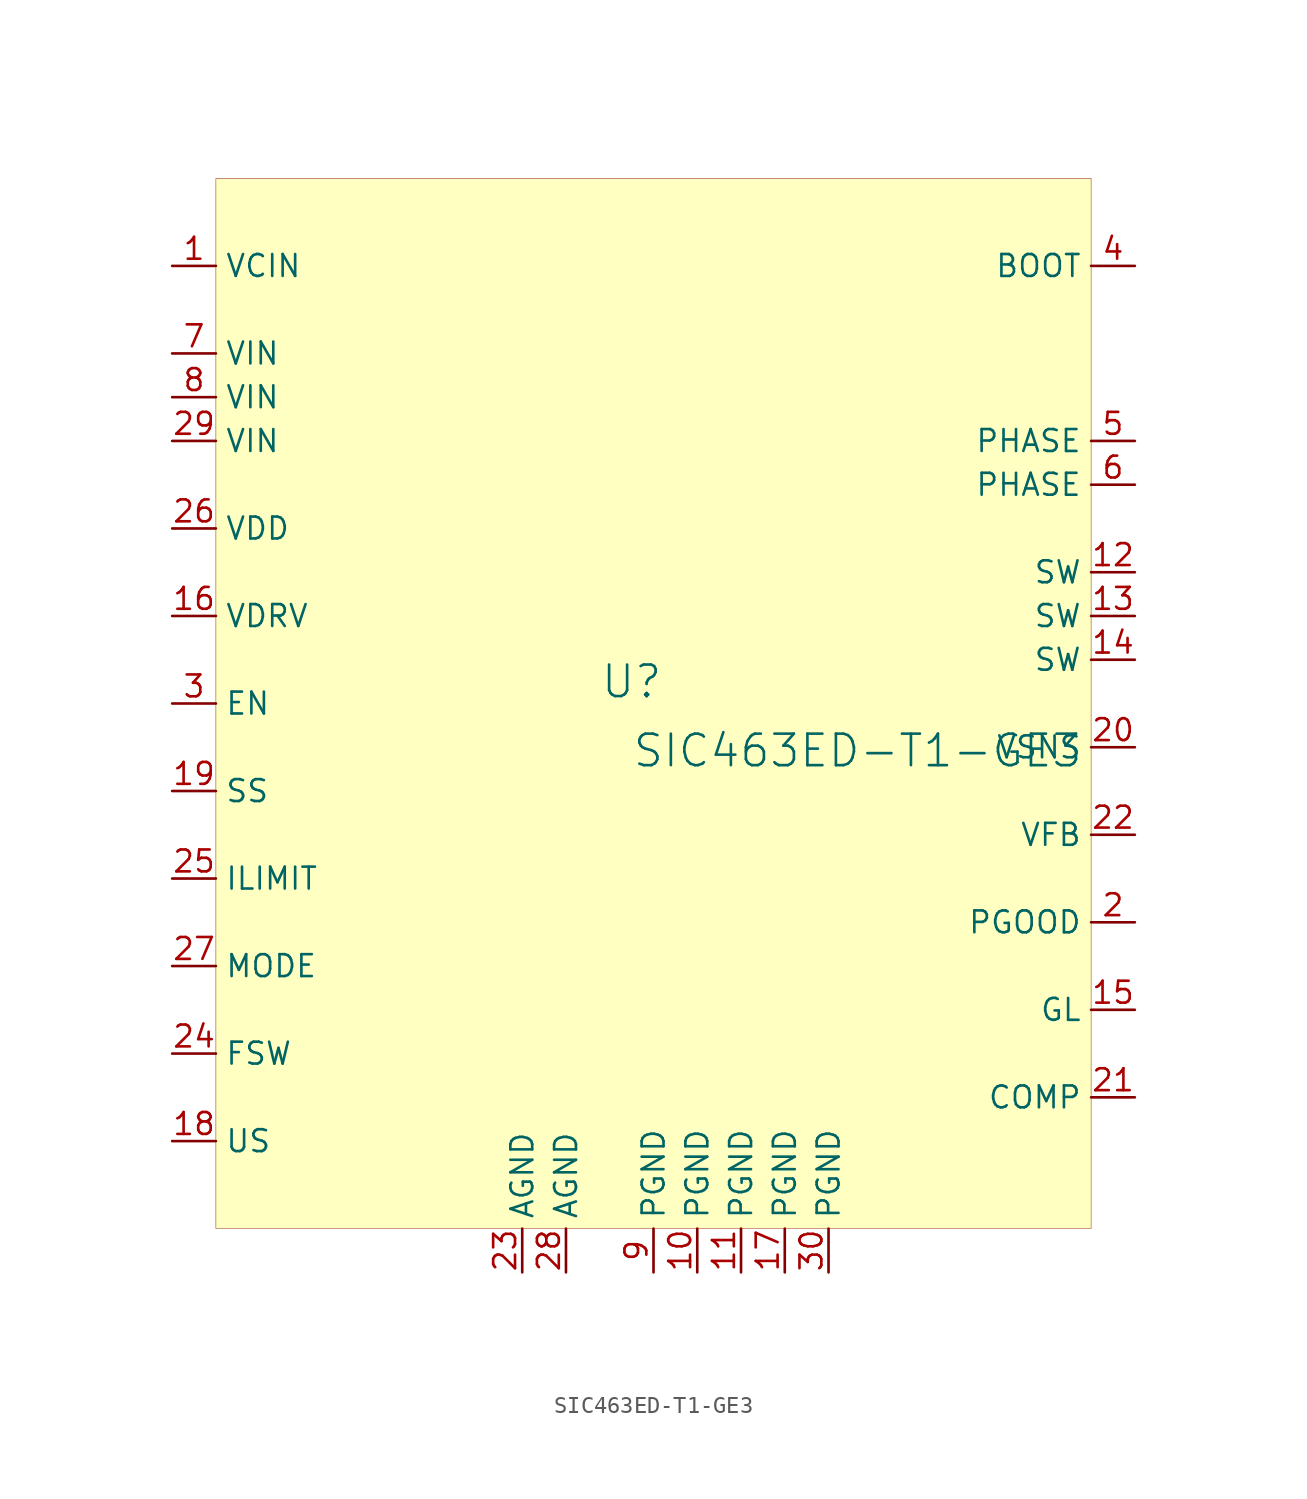
<source format=kicad_sym>
(kicad_symbol_lib
  (version 20231120)
  (generator "kicad_symbol_editor")
  (generator_version "8.0")
  (symbol "SIC463ED-T1-GE3"
    (property "Reference" "U"
      (at -1.27 1.27 0)
      (effects (font (size 1.829 1.829))))
    (property "Value" "SIC463ED-T1-GE3"
      (at -1.27 -3.81 0)
      (effects (font (size 1.829 1.829)) (justify left bottom)))
    (symbol "SIC463ED-T1-GE3_1_0"
      (rectangle (start 25.4 30.48) (end -25.4 -30.48) (stroke (width 0.025) (type solid) (color 128 0 0 1)) (fill (type background)))
      (pin power_in line (at -27.94 25.4 0) (length 2.54) (name "VCIN" (effects (font (size 1.27 1.27)))) (number "1" (effects (font (size 1.27 1.27)))))
      (pin power_in line (at 2.54 -33.02 90) (length 2.54) (name "PGND" (effects (font (size 1.27 1.27)))) (number "10" (effects (font (size 1.27 1.27)))))
      (pin power_in line (at 5.08 -33.02 90) (length 2.54) (name "PGND" (effects (font (size 1.27 1.27)))) (number "11" (effects (font (size 1.27 1.27)))))
      (pin power_in line (at 27.94 7.62 180) (length 2.54) (name "SW" (effects (font (size 1.27 1.27)))) (number "12" (effects (font (size 1.27 1.27)))))
      (pin power_in line (at 27.94 5.08 180) (length 2.54) (name "SW" (effects (font (size 1.27 1.27)))) (number "13" (effects (font (size 1.27 1.27)))))
      (pin power_in line (at 27.94 2.54 180) (length 2.54) (name "SW" (effects (font (size 1.27 1.27)))) (number "14" (effects (font (size 1.27 1.27)))))
      (pin output line (at 27.94 -17.78 180) (length 2.54) (name "GL" (effects (font (size 1.27 1.27)))) (number "15" (effects (font (size 1.27 1.27)))))
      (pin power_in line (at -27.94 5.08 0) (length 2.54) (name "VDRV" (effects (font (size 1.27 1.27)))) (number "16" (effects (font (size 1.27 1.27)))))
      (pin power_in line (at 7.62 -33.02 90) (length 2.54) (name "PGND" (effects (font (size 1.27 1.27)))) (number "17" (effects (font (size 1.27 1.27)))))
      (pin passive line (at -27.94 -25.4 0) (length 2.54) (name "US" (effects (font (size 1.27 1.27)))) (number "18" (effects (font (size 1.27 1.27)))))
      (pin passive line (at -27.94 -5.08 0) (length 2.54) (name "SS" (effects (font (size 1.27 1.27)))) (number "19" (effects (font (size 1.27 1.27)))))
      (pin open_collector line (at 27.94 -12.7 180) (length 2.54) (name "PGOOD" (effects (font (size 1.27 1.27)))) (number "2" (effects (font (size 1.27 1.27)))))
      (pin power_in line (at 27.94 -2.54 180) (length 2.54) (name "VSNS" (effects (font (size 1.27 1.27)))) (number "20" (effects (font (size 1.27 1.27)))))
      (pin passive line (at 27.94 -22.86 180) (length 2.54) (name "COMP" (effects (font (size 1.27 1.27)))) (number "21" (effects (font (size 1.27 1.27)))))
      (pin input line (at 27.94 -7.62 180) (length 2.54) (name "VFB" (effects (font (size 1.27 1.27)))) (number "22" (effects (font (size 1.27 1.27)))))
      (pin power_in line (at -7.62 -33.02 90) (length 2.54) (name "AGND" (effects (font (size 1.27 1.27)))) (number "23" (effects (font (size 1.27 1.27)))))
      (pin passive line (at -27.94 -20.32 0) (length 2.54) (name "FSW" (effects (font (size 1.27 1.27)))) (number "24" (effects (font (size 1.27 1.27)))))
      (pin passive line (at -27.94 -10.16 0) (length 2.54) (name "ILIMIT" (effects (font (size 1.27 1.27)))) (number "25" (effects (font (size 1.27 1.27)))))
      (pin power_in line (at -27.94 10.16 0) (length 2.54) (name "VDD" (effects (font (size 1.27 1.27)))) (number "26" (effects (font (size 1.27 1.27)))))
      (pin passive line (at -27.94 -15.24 0) (length 2.54) (name "MODE" (effects (font (size 1.27 1.27)))) (number "27" (effects (font (size 1.27 1.27)))))
      (pin power_in line (at -5.08 -33.02 90) (length 2.54) (name "AGND" (effects (font (size 1.27 1.27)))) (number "28" (effects (font (size 1.27 1.27)))))
      (pin power_in line (at -27.94 15.24 0) (length 2.54) (name "VIN" (effects (font (size 1.27 1.27)))) (number "29" (effects (font (size 1.27 1.27)))))
      (pin input line (at -27.94 0 0) (length 2.54) (name "EN" (effects (font (size 1.27 1.27)))) (number "3" (effects (font (size 1.27 1.27)))))
      (pin power_in line (at 10.16 -33.02 90) (length 2.54) (name "PGND" (effects (font (size 1.27 1.27)))) (number "30" (effects (font (size 1.27 1.27)))))
      (pin power_in line (at 27.94 25.4 180) (length 2.54) (name "BOOT" (effects (font (size 1.27 1.27)))) (number "4" (effects (font (size 1.27 1.27)))))
      (pin power_in line (at 27.94 15.24 180) (length 2.54) (name "PHASE" (effects (font (size 1.27 1.27)))) (number "5" (effects (font (size 1.27 1.27)))))
      (pin power_in line (at 27.94 12.7 180) (length 2.54) (name "PHASE" (effects (font (size 1.27 1.27)))) (number "6" (effects (font (size 1.27 1.27)))))
      (pin power_in line (at -27.94 20.32 0) (length 2.54) (name "VIN" (effects (font (size 1.27 1.27)))) (number "7" (effects (font (size 1.27 1.27)))))
      (pin power_in line (at -27.94 17.78 0) (length 2.54) (name "VIN" (effects (font (size 1.27 1.27)))) (number "8" (effects (font (size 1.27 1.27)))))
      (pin power_in line (at 0 -33.02 90) (length 2.54) (name "PGND" (effects (font (size 1.27 1.27)))) (number "9" (effects (font (size 1.27 1.27))))))))
</source>
